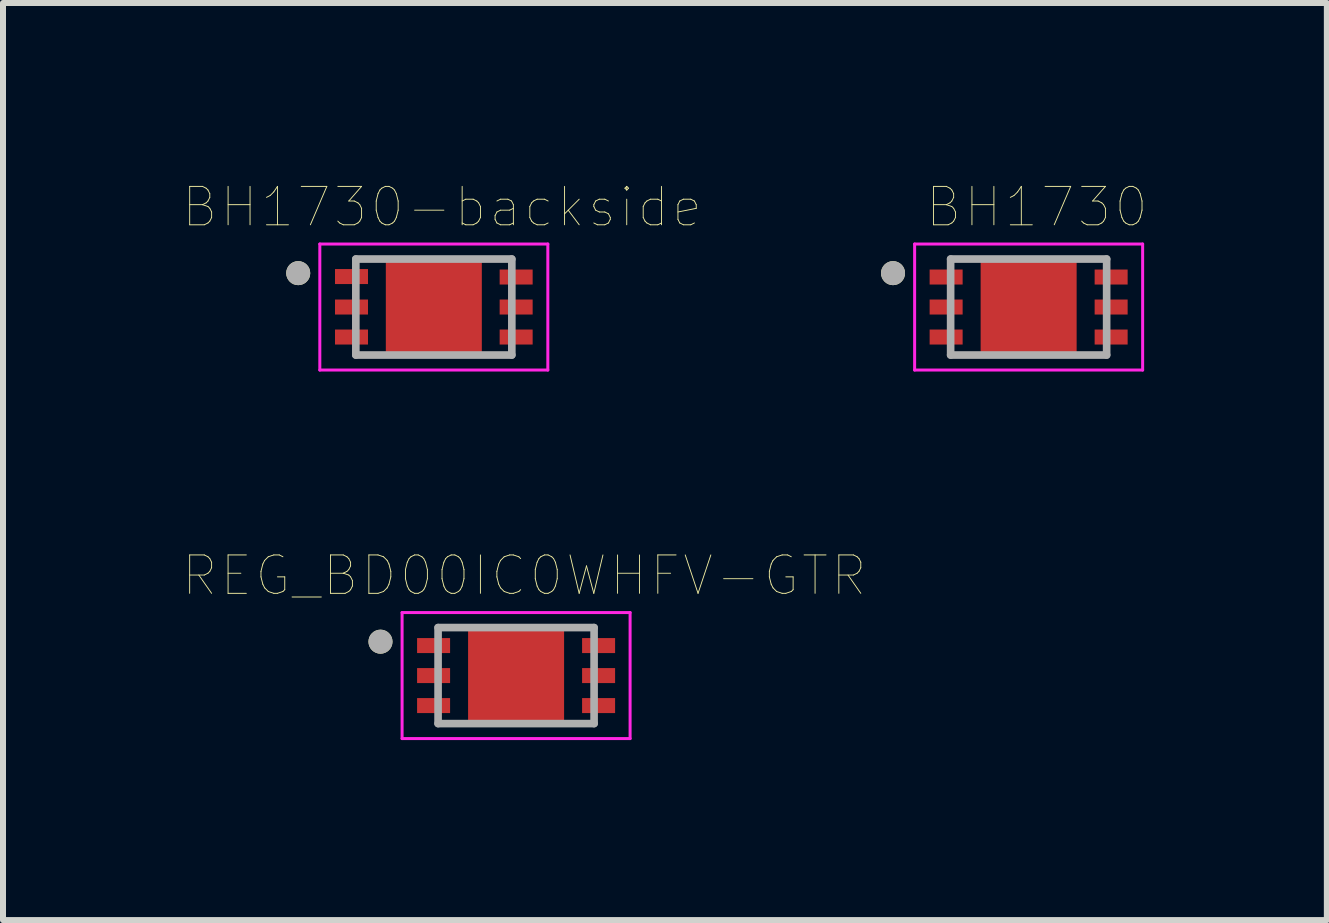
<source format=kicad_pcb>
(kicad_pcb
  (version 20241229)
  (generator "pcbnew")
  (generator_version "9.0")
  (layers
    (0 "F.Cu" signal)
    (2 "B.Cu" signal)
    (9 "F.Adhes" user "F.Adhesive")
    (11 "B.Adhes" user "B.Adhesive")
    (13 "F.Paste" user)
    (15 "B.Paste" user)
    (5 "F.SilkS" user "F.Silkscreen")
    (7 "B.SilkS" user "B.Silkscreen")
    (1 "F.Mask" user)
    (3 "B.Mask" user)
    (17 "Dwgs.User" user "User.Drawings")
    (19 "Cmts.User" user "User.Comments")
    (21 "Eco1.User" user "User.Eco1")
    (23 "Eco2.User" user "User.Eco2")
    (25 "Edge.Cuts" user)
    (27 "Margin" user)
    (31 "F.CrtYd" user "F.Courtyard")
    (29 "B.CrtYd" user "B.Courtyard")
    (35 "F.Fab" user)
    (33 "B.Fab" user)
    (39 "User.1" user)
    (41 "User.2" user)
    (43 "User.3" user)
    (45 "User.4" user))
  (footprint "BH1730"
    (layer "F.Cu")
    (at 14.093 2.067)
    (property "Reference" "BH1730" (at 0.137 -1.666 0) (layer "F.SilkS") (effects (font (size 0.64 0.64) (thickness 0.015))))
    (attr through_hole)
    (fp_circle (center -2.26 -0.565) (end -2.16 -0.565) (stroke (width 0.2) (type solid)) (fill no) (layer "F.SilkS"))
    (fp_poly (pts (xy -0.565 -0.565) (xy 0.565 -0.565) (xy 0.565 0.565) (xy -0.565 0.565)) (stroke (width 0.01) (type solid)) (fill yes) (layer "F.Paste"))
    (fp_line (start -1.9 -1.05) (end 1.9 -1.05) (stroke (width 0.05) (type solid)) (layer "F.CrtYd"))
    (fp_line (start -1.9 1.05) (end -1.9 -1.05) (stroke (width 0.05) (type solid)) (layer "F.CrtYd"))
    (fp_line (start 1.9 -1.05) (end 1.9 1.05) (stroke (width 0.05) (type solid)) (layer "F.CrtYd"))
    (fp_line (start 1.9 1.05) (end -1.9 1.05) (stroke (width 0.05) (type solid)) (layer "F.CrtYd"))
    (fp_line (start -1.3 -0.8) (end 1.3 -0.8) (stroke (width 0.127) (type solid)) (layer "F.Fab"))
    (fp_line (start -1.3 0.8) (end -1.3 -0.8) (stroke (width 0.127) (type solid)) (layer "F.Fab"))
    (fp_line (start 1.3 -0.8) (end 1.3 0.8) (stroke (width 0.127) (type solid)) (layer "F.Fab"))
    (fp_line (start 1.3 0.8) (end -1.3 0.8) (stroke (width 0.127) (type solid)) (layer "F.Fab"))
    (fp_circle (center -2.26 -0.565) (end -2.16 -0.565) (stroke (width 0.2) (type solid)) (fill no) (layer "F.Fab"))
    (pad "1" smd rect (at -1.375 -0.5) (size 0.55 0.25) (layers "F.Cu" "F.Mask" "F.Paste"))
    (pad "2" smd rect (at -1.375 0) (size 0.55 0.25) (layers "F.Cu" "F.Mask" "F.Paste"))
    (pad "3" smd rect (at -1.375 0.5) (size 0.55 0.25) (layers "F.Cu" "F.Mask" "F.Paste"))
    (pad "4" smd rect (at 1.375 0.5) (size 0.55 0.25) (layers "F.Cu" "F.Mask" "F.Paste"))
    (pad "5" smd rect (at 1.375 0) (size 0.55 0.25) (layers "F.Cu" "F.Mask" "F.Paste"))
    (pad "6" smd rect (at 1.375 -0.5) (size 0.55 0.25) (layers "F.Cu" "F.Mask" "F.Paste"))
    (pad "7" smd rect (at 0 0) (size 1.6 1.6) (layers "F.Cu" "F.Mask")))
  (footprint "BH1730-backside"
    (layer "F.Cu")
    (at 4.18 2.067)
    (property "Reference" "BH1730-backside" (at 0.137 -1.666 0) (layer "F.SilkS") (effects (font (size 0.64 0.64) (thickness 0.015))))
    (attr through_hole)
    (fp_circle (center -2.26 -0.565) (end -2.16 -0.565) (stroke (width 0.2) (type solid)) (fill no) (layer "F.SilkS"))
    (fp_poly (pts (xy -0.565 -0.565) (xy 0.565 -0.565) (xy 0.565 0.565) (xy -0.565 0.565)) (stroke (width 0.01) (type solid)) (fill yes) (layer "F.Paste"))
    (fp_line (start -1.9 -1.05) (end 1.9 -1.05) (stroke (width 0.05) (type solid)) (layer "F.CrtYd"))
    (fp_line (start -1.9 1.05) (end -1.9 -1.05) (stroke (width 0.05) (type solid)) (layer "F.CrtYd"))
    (fp_line (start 1.9 -1.05) (end 1.9 1.05) (stroke (width 0.05) (type solid)) (layer "F.CrtYd"))
    (fp_line (start 1.9 1.05) (end -1.9 1.05) (stroke (width 0.05) (type solid)) (layer "F.CrtYd"))
    (fp_line (start -1.3 -0.8) (end 1.3 -0.8) (stroke (width 0.127) (type solid)) (layer "F.Fab"))
    (fp_line (start -1.3 0.8) (end -1.3 -0.8) (stroke (width 0.127) (type solid)) (layer "F.Fab"))
    (fp_line (start 1.3 -0.8) (end 1.3 0.8) (stroke (width 0.127) (type solid)) (layer "F.Fab"))
    (fp_line (start 1.3 0.8) (end -1.3 0.8) (stroke (width 0.127) (type solid)) (layer "F.Fab"))
    (fp_circle (center -2.26 -0.565) (end -2.16 -0.565) (stroke (width 0.2) (type solid)) (fill no) (layer "F.Fab"))
    (pad "1" smd rect (at 1.372 -0.5) (size 0.55 0.25) (layers "F.Cu" "F.Mask" "F.Paste"))
    (pad "2" smd rect (at 1.372 0) (size 0.55 0.25) (layers "F.Cu" "F.Mask" "F.Paste"))
    (pad "3" smd rect (at 1.372 0.5) (size 0.55 0.25) (layers "F.Cu" "F.Mask" "F.Paste"))
    (pad "4" smd rect (at -1.372 0.5) (size 0.55 0.25) (layers "F.Cu" "F.Mask" "F.Paste"))
    (pad "5" smd rect (at -1.372 0) (size 0.55 0.25) (layers "F.Cu" "F.Mask" "F.Paste"))
    (pad "6" smd rect (at -1.372 -0.508) (size 0.55 0.25) (layers "F.Cu" "F.Mask" "F.Paste"))
    (pad "7" smd rect (at 0 0) (size 1.6 1.6) (layers "F.Cu" "F.Mask")))
  (footprint "REG_BD00IC0WHFV-GTR"
    (layer "F.Cu")
    (at 5.551 8.209)
    (property "Reference" "REG_BD00IC0WHFV-GTR" (at 0.137 -1.666 0) (layer "F.SilkS") (effects (font (size 0.64 0.64) (thickness 0.015))))
    (attr through_hole)
    (fp_circle (center -2.26 -0.565) (end -2.16 -0.565) (stroke (width 0.2) (type solid)) (fill no) (layer "F.SilkS"))
    (fp_poly (pts (xy -0.565 -0.565) (xy 0.565 -0.565) (xy 0.565 0.565) (xy -0.565 0.565)) (stroke (width 0.01) (type solid)) (fill yes) (layer "F.Paste"))
    (fp_line (start -1.9 -1.05) (end 1.9 -1.05) (stroke (width 0.05) (type solid)) (layer "F.CrtYd"))
    (fp_line (start -1.9 1.05) (end -1.9 -1.05) (stroke (width 0.05) (type solid)) (layer "F.CrtYd"))
    (fp_line (start 1.9 -1.05) (end 1.9 1.05) (stroke (width 0.05) (type solid)) (layer "F.CrtYd"))
    (fp_line (start 1.9 1.05) (end -1.9 1.05) (stroke (width 0.05) (type solid)) (layer "F.CrtYd"))
    (fp_line (start -1.3 -0.8) (end 1.3 -0.8) (stroke (width 0.127) (type solid)) (layer "F.Fab"))
    (fp_line (start -1.3 0.8) (end -1.3 -0.8) (stroke (width 0.127) (type solid)) (layer "F.Fab"))
    (fp_line (start 1.3 -0.8) (end 1.3 0.8) (stroke (width 0.127) (type solid)) (layer "F.Fab"))
    (fp_line (start 1.3 0.8) (end -1.3 0.8) (stroke (width 0.127) (type solid)) (layer "F.Fab"))
    (fp_circle (center -2.26 -0.565) (end -2.16 -0.565) (stroke (width 0.2) (type solid)) (fill no) (layer "F.Fab"))
    (pad "1" smd rect (at -1.375 -0.5) (size 0.55 0.25) (layers "F.Cu" "F.Mask" "F.Paste"))
    (pad "2" smd rect (at -1.375 0) (size 0.55 0.25) (layers "F.Cu" "F.Mask" "F.Paste"))
    (pad "3" smd rect (at -1.375 0.5) (size 0.55 0.25) (layers "F.Cu" "F.Mask" "F.Paste"))
    (pad "4" smd rect (at 1.375 0.5) (size 0.55 0.25) (layers "F.Cu" "F.Mask" "F.Paste"))
    (pad "5" smd rect (at 1.375 0) (size 0.55 0.25) (layers "F.Cu" "F.Mask" "F.Paste"))
    (pad "6" smd rect (at 1.375 -0.5) (size 0.55 0.25) (layers "F.Cu" "F.Mask" "F.Paste"))
    (pad "7" smd rect (at 0 0) (size 1.6 1.6) (layers "F.Cu" "F.Mask")))
  (gr_rect
    (start -3 -3)
    (end 19.063 12.284)
    (stroke (width 0.1) (type default))
    (fill no)
    (layer "Edge.Cuts")))
</source>
